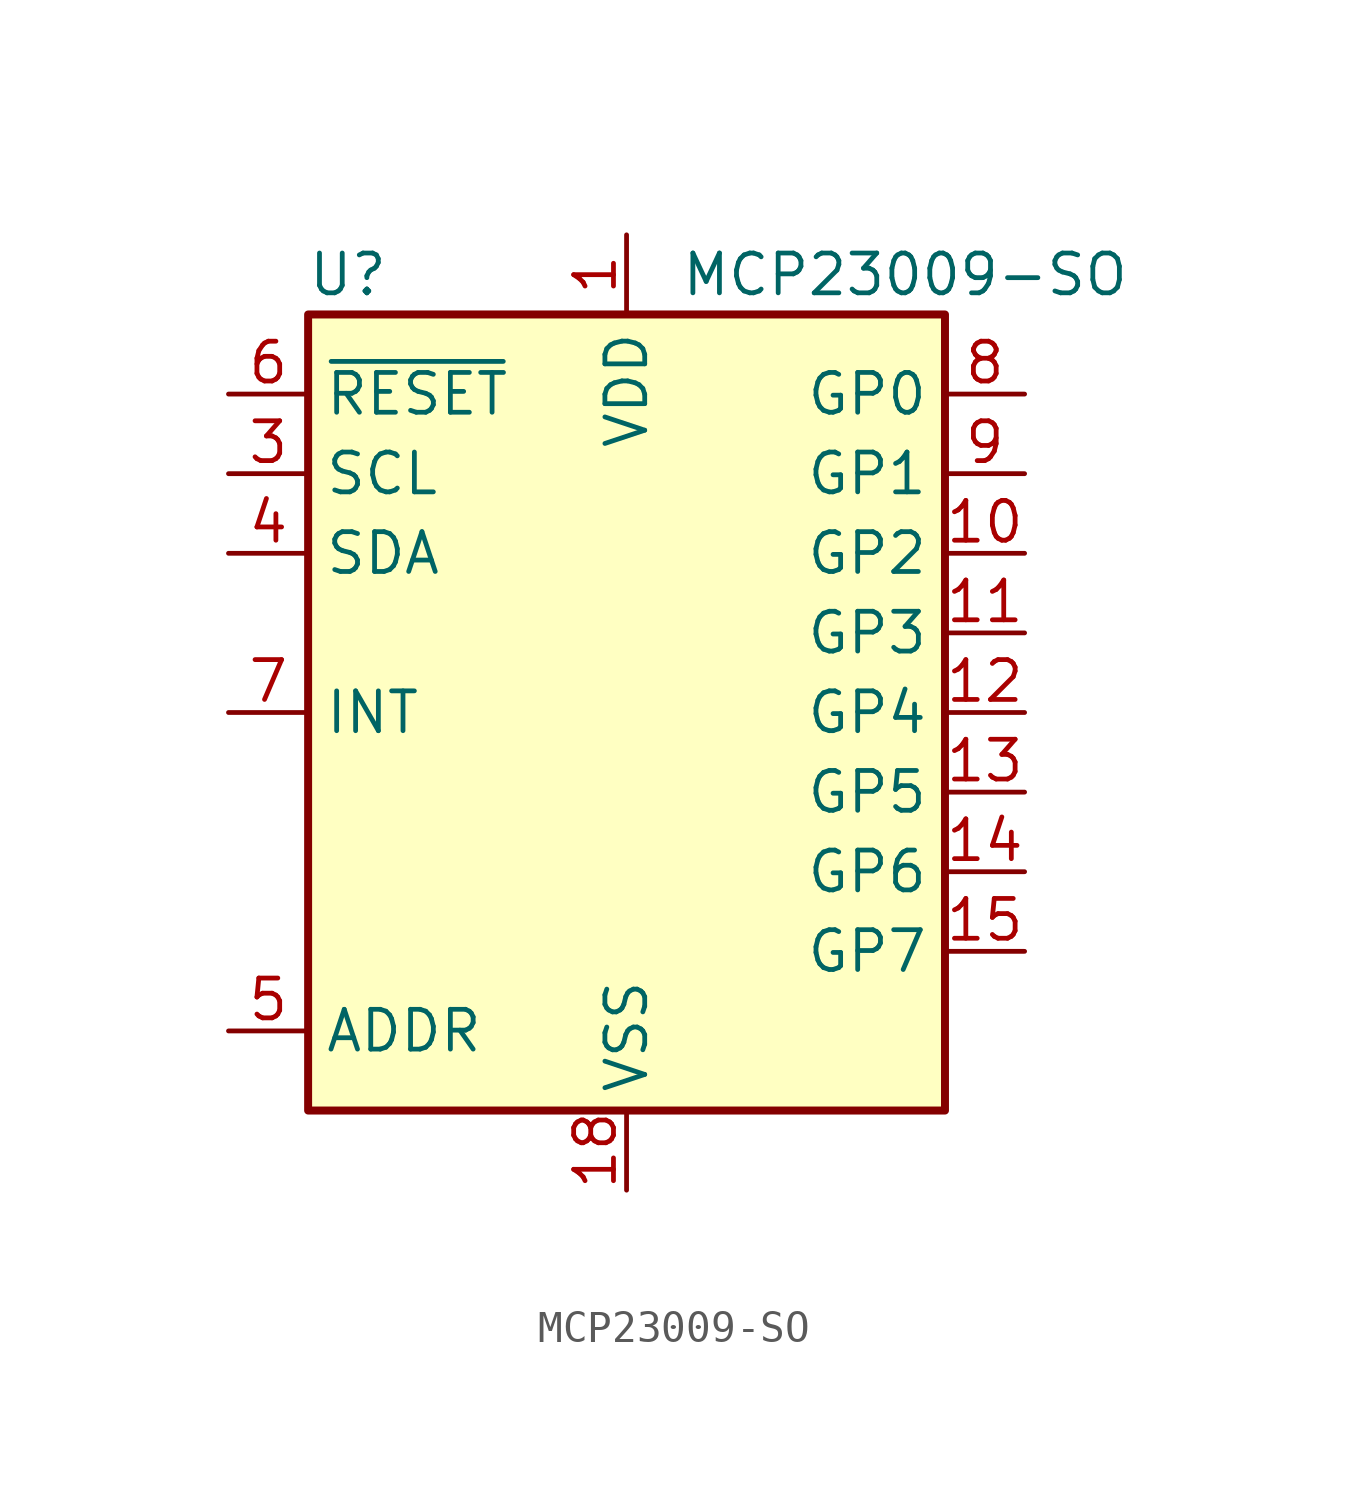
<source format=kicad_sym>
(kicad_symbol_lib
  (version 20211014)
  (generator kicad_symbol_editor)
  (symbol "MCP23009-SO"
    (property "Reference" "U"
      (at -8.89 13.97 0)
      (effects (font (size 1.27 1.27))))
    (property "Value" "MCP23009-SO"
      (at 8.89 13.97 0)
      (effects (font (size 1.27 1.27))))
    (symbol "MCP23009-SO_0_1"
      (rectangle (start -10.16 12.7) (end 10.16 -12.7) (stroke (width 0.254) (type default) (color 0 0 0 0)) (fill (type background))))
    (symbol "MCP23009-SO_1_1"
      (pin power_in line (at 0 15.24 270) (length 2.54) (name "VDD" (effects (font (size 1.27 1.27)))) (number "1" (effects (font (size 1.27 1.27)))))
      (pin bidirectional line (at 12.7 5.08 180) (length 2.54) (name "GP2" (effects (font (size 1.27 1.27)))) (number "10" (effects (font (size 1.27 1.27)))))
      (pin bidirectional line (at 12.7 2.54 180) (length 2.54) (name "GP3" (effects (font (size 1.27 1.27)))) (number "11" (effects (font (size 1.27 1.27)))))
      (pin bidirectional line (at 12.7 0 180) (length 2.54) (name "GP4" (effects (font (size 1.27 1.27)))) (number "12" (effects (font (size 1.27 1.27)))))
      (pin bidirectional line (at 12.7 -2.54 180) (length 2.54) (name "GP5" (effects (font (size 1.27 1.27)))) (number "13" (effects (font (size 1.27 1.27)))))
      (pin bidirectional line (at 12.7 -5.08 180) (length 2.54) (name "GP6" (effects (font (size 1.27 1.27)))) (number "14" (effects (font (size 1.27 1.27)))))
      (pin bidirectional line (at 12.7 -7.62 180) (length 2.54) (name "GP7" (effects (font (size 1.27 1.27)))) (number "15" (effects (font (size 1.27 1.27)))))
      (pin power_in line (at 0 -15.24 90) (length 2.54) (name "VSS" (effects (font (size 1.27 1.27)))) (number "18" (effects (font (size 1.27 1.27)))))
      (pin input line (at -12.7 7.62 0) (length 2.54) (name "SCL" (effects (font (size 1.27 1.27)))) (number "3" (effects (font (size 1.27 1.27)))))
      (pin bidirectional line (at -12.7 5.08 0) (length 2.54) (name "SDA" (effects (font (size 1.27 1.27)))) (number "4" (effects (font (size 1.27 1.27)))))
      (pin input line (at -12.7 -10.16 0) (length 2.54) (name "ADDR" (effects (font (size 1.27 1.27)))) (number "5" (effects (font (size 1.27 1.27)))))
      (pin input line (at -12.7 10.16 0) (length 2.54) (name "~{RESET}" (effects (font (size 1.27 1.27)))) (number "6" (effects (font (size 1.27 1.27)))))
      (pin output line (at -12.7 0 0) (length 2.54) (name "INT" (effects (font (size 1.27 1.27)))) (number "7" (effects (font (size 1.27 1.27)))))
      (pin bidirectional line (at 12.7 10.16 180) (length 2.54) (name "GP0" (effects (font (size 1.27 1.27)))) (number "8" (effects (font (size 1.27 1.27)))))
      (pin bidirectional line (at 12.7 7.62 180) (length 2.54) (name "GP1" (effects (font (size 1.27 1.27)))) (number "9" (effects (font (size 1.27 1.27))))))))
</source>
